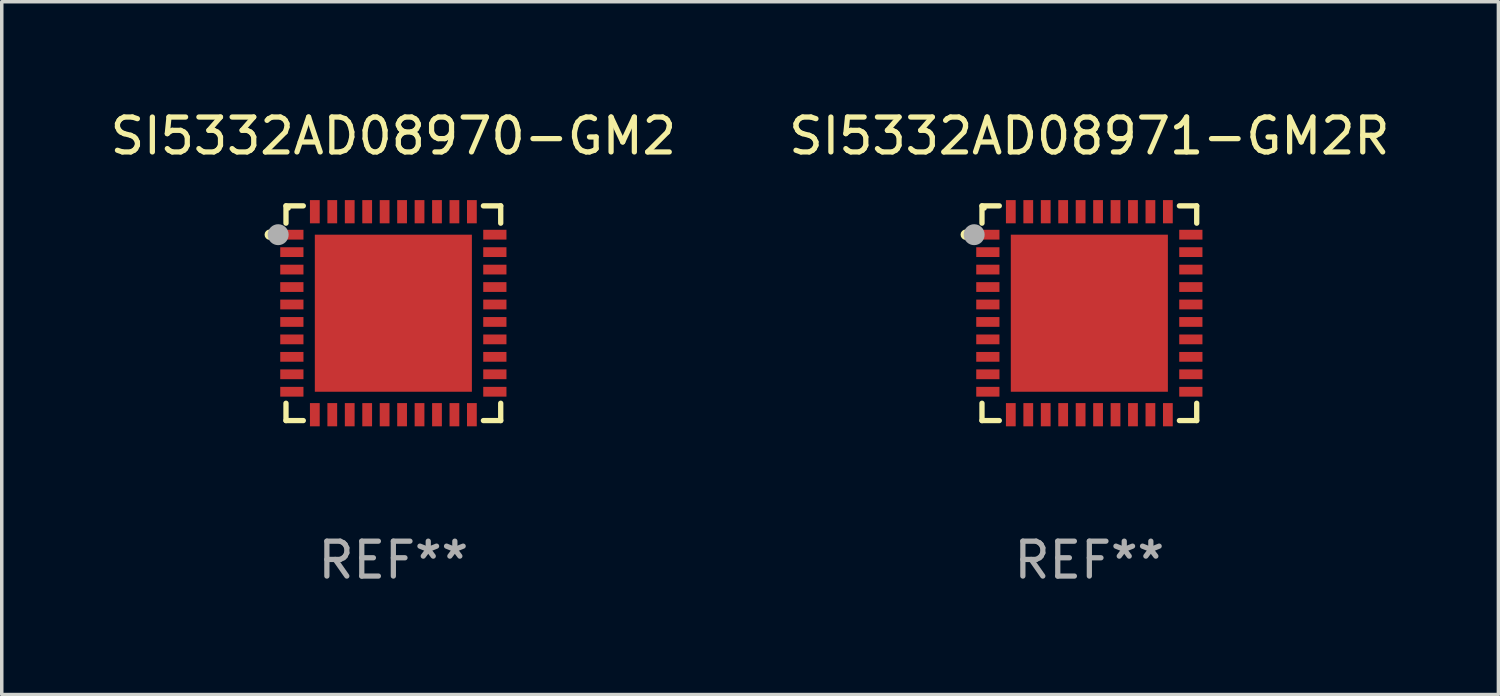
<source format=kicad_pcb>
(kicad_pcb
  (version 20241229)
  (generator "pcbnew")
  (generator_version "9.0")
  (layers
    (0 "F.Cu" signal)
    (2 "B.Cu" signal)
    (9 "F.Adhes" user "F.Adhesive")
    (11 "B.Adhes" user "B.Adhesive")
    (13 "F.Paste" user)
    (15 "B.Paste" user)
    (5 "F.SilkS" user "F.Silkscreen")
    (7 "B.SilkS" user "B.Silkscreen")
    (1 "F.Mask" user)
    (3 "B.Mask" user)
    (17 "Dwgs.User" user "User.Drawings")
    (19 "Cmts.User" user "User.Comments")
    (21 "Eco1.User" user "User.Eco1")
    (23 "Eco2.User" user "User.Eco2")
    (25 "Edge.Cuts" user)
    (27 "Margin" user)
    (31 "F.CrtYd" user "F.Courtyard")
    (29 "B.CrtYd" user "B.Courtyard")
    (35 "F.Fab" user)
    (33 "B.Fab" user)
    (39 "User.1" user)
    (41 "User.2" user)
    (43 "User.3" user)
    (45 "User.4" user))
  (footprint "SI5332AD08971-GM2R"
    (layer "F.Cu")
    (at 28.161 5.924)
    (property "Reference" "SI5332AD08971-GM2R" (at 0 -5.076 0) (layer "F.SilkS") (effects (font (size 1 1) (thickness 0.15))))
    (attr through_hole)
    (fp_line (start -3.076 -3.076) (end -3.076 -2.58) (stroke (width 0.152) (type solid)) (layer "F.SilkS"))
    (fp_line (start -3.076 3.076) (end -3.076 2.58) (stroke (width 0.152) (type solid)) (layer "F.SilkS"))
    (fp_line (start -2.58 -3.076) (end -3.076 -3.076) (stroke (width 0.152) (type solid)) (layer "F.SilkS"))
    (fp_line (start -2.58 3.076) (end -3.076 3.076) (stroke (width 0.152) (type solid)) (layer "F.SilkS"))
    (fp_line (start 2.58 -3.076) (end 3.076 -3.076) (stroke (width 0.152) (type solid)) (layer "F.SilkS"))
    (fp_line (start 2.58 3.076) (end 3.076 3.076) (stroke (width 0.152) (type solid)) (layer "F.SilkS"))
    (fp_line (start 3.076 -3.076) (end 3.076 -2.58) (stroke (width 0.152) (type solid)) (layer "F.SilkS"))
    (fp_line (start 3.076 3.076) (end 3.076 2.58) (stroke (width 0.152) (type solid)) (layer "F.SilkS"))
    (fp_circle (center -3.54 -2.25) (end -3.465 -2.25) (stroke (width 0.15) (type solid)) (fill no) (layer "F.SilkS"))
    (fp_circle (center -3 -3) (end -2.97 -3) (stroke (width 0.06) (type solid)) (fill no) (layer "F.SilkS"))
    (fp_circle (center -3.3 -2.25) (end -3.15 -2.25) (stroke (width 0.3) (type solid)) (fill no) (layer "F.Fab"))
    (fp_text user "REF**" (at 0 7.076 0) (layer "F.Fab") (effects (font (size 1 1) (thickness 0.15))))
    (pad "1" smd rect (at -2.908 -2.25) (size 0.665 0.28) (layers "F.Cu" "F.Mask" "F.Paste"))
    (pad "2" smd rect (at -2.908 -1.75) (size 0.665 0.28) (layers "F.Cu" "F.Mask" "F.Paste"))
    (pad "3" smd rect (at -2.908 -1.25) (size 0.665 0.28) (layers "F.Cu" "F.Mask" "F.Paste"))
    (pad "4" smd rect (at -2.908 -0.75) (size 0.665 0.28) (layers "F.Cu" "F.Mask" "F.Paste"))
    (pad "5" smd rect (at -2.908 -0.25) (size 0.665 0.28) (layers "F.Cu" "F.Mask" "F.Paste"))
    (pad "6" smd rect (at -2.908 0.25) (size 0.665 0.28) (layers "F.Cu" "F.Mask" "F.Paste"))
    (pad "7" smd rect (at -2.908 0.75) (size 0.665 0.28) (layers "F.Cu" "F.Mask" "F.Paste"))
    (pad "8" smd rect (at -2.908 1.25) (size 0.665 0.28) (layers "F.Cu" "F.Mask" "F.Paste"))
    (pad "9" smd rect (at -2.908 1.75) (size 0.665 0.28) (layers "F.Cu" "F.Mask" "F.Paste"))
    (pad "10" smd rect (at -2.908 2.25) (size 0.665 0.28) (layers "F.Cu" "F.Mask" "F.Paste"))
    (pad "11" smd rect (at -2.25 2.908) (size 0.28 0.665) (layers "F.Cu" "F.Mask" "F.Paste"))
    (pad "12" smd rect (at -1.75 2.908) (size 0.28 0.665) (layers "F.Cu" "F.Mask" "F.Paste"))
    (pad "13" smd rect (at -1.25 2.908) (size 0.28 0.665) (layers "F.Cu" "F.Mask" "F.Paste"))
    (pad "14" smd rect (at -0.75 2.908) (size 0.28 0.665) (layers "F.Cu" "F.Mask" "F.Paste"))
    (pad "15" smd rect (at -0.25 2.908) (size 0.28 0.665) (layers "F.Cu" "F.Mask" "F.Paste"))
    (pad "16" smd rect (at 0.25 2.908) (size 0.28 0.665) (layers "F.Cu" "F.Mask" "F.Paste"))
    (pad "17" smd rect (at 0.75 2.908) (size 0.28 0.665) (layers "F.Cu" "F.Mask" "F.Paste"))
    (pad "18" smd rect (at 1.25 2.908) (size 0.28 0.665) (layers "F.Cu" "F.Mask" "F.Paste"))
    (pad "19" smd rect (at 1.75 2.908) (size 0.28 0.665) (layers "F.Cu" "F.Mask" "F.Paste"))
    (pad "20" smd rect (at 2.25 2.908) (size 0.28 0.665) (layers "F.Cu" "F.Mask" "F.Paste"))
    (pad "21" smd rect (at 2.908 2.25) (size 0.665 0.28) (layers "F.Cu" "F.Mask" "F.Paste"))
    (pad "22" smd rect (at 2.908 1.75) (size 0.665 0.28) (layers "F.Cu" "F.Mask" "F.Paste"))
    (pad "23" smd rect (at 2.908 1.25) (size 0.665 0.28) (layers "F.Cu" "F.Mask" "F.Paste"))
    (pad "24" smd rect (at 2.908 0.75) (size 0.665 0.28) (layers "F.Cu" "F.Mask" "F.Paste"))
    (pad "25" smd rect (at 2.908 0.25) (size 0.665 0.28) (layers "F.Cu" "F.Mask" "F.Paste"))
    (pad "26" smd rect (at 2.908 -0.25) (size 0.665 0.28) (layers "F.Cu" "F.Mask" "F.Paste"))
    (pad "27" smd rect (at 2.908 -0.75) (size 0.665 0.28) (layers "F.Cu" "F.Mask" "F.Paste"))
    (pad "28" smd rect (at 2.908 -1.25) (size 0.665 0.28) (layers "F.Cu" "F.Mask" "F.Paste"))
    (pad "29" smd rect (at 2.908 -1.75) (size 0.665 0.28) (layers "F.Cu" "F.Mask" "F.Paste"))
    (pad "30" smd rect (at 2.908 -2.25) (size 0.665 0.28) (layers "F.Cu" "F.Mask" "F.Paste"))
    (pad "31" smd rect (at 2.25 -2.908) (size 0.28 0.665) (layers "F.Cu" "F.Mask" "F.Paste"))
    (pad "32" smd rect (at 1.75 -2.908) (size 0.28 0.665) (layers "F.Cu" "F.Mask" "F.Paste"))
    (pad "33" smd rect (at 1.25 -2.908) (size 0.28 0.665) (layers "F.Cu" "F.Mask" "F.Paste"))
    (pad "34" smd rect (at 0.75 -2.908) (size 0.28 0.665) (layers "F.Cu" "F.Mask" "F.Paste"))
    (pad "35" smd rect (at 0.25 -2.908) (size 0.28 0.665) (layers "F.Cu" "F.Mask" "F.Paste"))
    (pad "36" smd rect (at -0.25 -2.908) (size 0.28 0.665) (layers "F.Cu" "F.Mask" "F.Paste"))
    (pad "37" smd rect (at -0.75 -2.908) (size 0.28 0.665) (layers "F.Cu" "F.Mask" "F.Paste"))
    (pad "38" smd rect (at -1.25 -2.908) (size 0.28 0.665) (layers "F.Cu" "F.Mask" "F.Paste"))
    (pad "39" smd rect (at -1.75 -2.908) (size 0.28 0.665) (layers "F.Cu" "F.Mask" "F.Paste"))
    (pad "40" smd rect (at -2.25 -2.908) (size 0.28 0.665) (layers "F.Cu" "F.Mask" "F.Paste"))
    (pad "41" smd rect (at 0 0) (size 4.5 4.5) (layers "F.Cu" "F.Mask" "F.Paste")))
  (footprint "SI5332AD08970-GM2"
    (layer "F.Cu")
    (at 8.22 5.924)
    (property "Reference" "SI5332AD08970-GM2" (at 0 -5.076 0) (layer "F.SilkS") (effects (font (size 1 1) (thickness 0.15))))
    (attr through_hole)
    (fp_line (start -3.076 -3.076) (end -3.076 -2.58) (stroke (width 0.152) (type solid)) (layer "F.SilkS"))
    (fp_line (start -3.076 3.076) (end -3.076 2.58) (stroke (width 0.152) (type solid)) (layer "F.SilkS"))
    (fp_line (start -2.58 -3.076) (end -3.076 -3.076) (stroke (width 0.152) (type solid)) (layer "F.SilkS"))
    (fp_line (start -2.58 3.076) (end -3.076 3.076) (stroke (width 0.152) (type solid)) (layer "F.SilkS"))
    (fp_line (start 2.58 -3.076) (end 3.076 -3.076) (stroke (width 0.152) (type solid)) (layer "F.SilkS"))
    (fp_line (start 2.58 3.076) (end 3.076 3.076) (stroke (width 0.152) (type solid)) (layer "F.SilkS"))
    (fp_line (start 3.076 -3.076) (end 3.076 -2.58) (stroke (width 0.152) (type solid)) (layer "F.SilkS"))
    (fp_line (start 3.076 3.076) (end 3.076 2.58) (stroke (width 0.152) (type solid)) (layer "F.SilkS"))
    (fp_circle (center -3.54 -2.25) (end -3.465 -2.25) (stroke (width 0.15) (type solid)) (fill no) (layer "F.SilkS"))
    (fp_circle (center -3 -3) (end -2.97 -3) (stroke (width 0.06) (type solid)) (fill no) (layer "F.SilkS"))
    (fp_circle (center -3.3 -2.25) (end -3.15 -2.25) (stroke (width 0.3) (type solid)) (fill no) (layer "F.Fab"))
    (fp_text user "REF**" (at 0 7.076 0) (layer "F.Fab") (effects (font (size 1 1) (thickness 0.15))))
    (pad "1" smd rect (at -2.908 -2.25) (size 0.665 0.28) (layers "F.Cu" "F.Mask" "F.Paste"))
    (pad "2" smd rect (at -2.908 -1.75) (size 0.665 0.28) (layers "F.Cu" "F.Mask" "F.Paste"))
    (pad "3" smd rect (at -2.908 -1.25) (size 0.665 0.28) (layers "F.Cu" "F.Mask" "F.Paste"))
    (pad "4" smd rect (at -2.908 -0.75) (size 0.665 0.28) (layers "F.Cu" "F.Mask" "F.Paste"))
    (pad "5" smd rect (at -2.908 -0.25) (size 0.665 0.28) (layers "F.Cu" "F.Mask" "F.Paste"))
    (pad "6" smd rect (at -2.908 0.25) (size 0.665 0.28) (layers "F.Cu" "F.Mask" "F.Paste"))
    (pad "7" smd rect (at -2.908 0.75) (size 0.665 0.28) (layers "F.Cu" "F.Mask" "F.Paste"))
    (pad "8" smd rect (at -2.908 1.25) (size 0.665 0.28) (layers "F.Cu" "F.Mask" "F.Paste"))
    (pad "9" smd rect (at -2.908 1.75) (size 0.665 0.28) (layers "F.Cu" "F.Mask" "F.Paste"))
    (pad "10" smd rect (at -2.908 2.25) (size 0.665 0.28) (layers "F.Cu" "F.Mask" "F.Paste"))
    (pad "11" smd rect (at -2.25 2.908) (size 0.28 0.665) (layers "F.Cu" "F.Mask" "F.Paste"))
    (pad "12" smd rect (at -1.75 2.908) (size 0.28 0.665) (layers "F.Cu" "F.Mask" "F.Paste"))
    (pad "13" smd rect (at -1.25 2.908) (size 0.28 0.665) (layers "F.Cu" "F.Mask" "F.Paste"))
    (pad "14" smd rect (at -0.75 2.908) (size 0.28 0.665) (layers "F.Cu" "F.Mask" "F.Paste"))
    (pad "15" smd rect (at -0.25 2.908) (size 0.28 0.665) (layers "F.Cu" "F.Mask" "F.Paste"))
    (pad "16" smd rect (at 0.25 2.908) (size 0.28 0.665) (layers "F.Cu" "F.Mask" "F.Paste"))
    (pad "17" smd rect (at 0.75 2.908) (size 0.28 0.665) (layers "F.Cu" "F.Mask" "F.Paste"))
    (pad "18" smd rect (at 1.25 2.908) (size 0.28 0.665) (layers "F.Cu" "F.Mask" "F.Paste"))
    (pad "19" smd rect (at 1.75 2.908) (size 0.28 0.665) (layers "F.Cu" "F.Mask" "F.Paste"))
    (pad "20" smd rect (at 2.25 2.908) (size 0.28 0.665) (layers "F.Cu" "F.Mask" "F.Paste"))
    (pad "21" smd rect (at 2.908 2.25) (size 0.665 0.28) (layers "F.Cu" "F.Mask" "F.Paste"))
    (pad "22" smd rect (at 2.908 1.75) (size 0.665 0.28) (layers "F.Cu" "F.Mask" "F.Paste"))
    (pad "23" smd rect (at 2.908 1.25) (size 0.665 0.28) (layers "F.Cu" "F.Mask" "F.Paste"))
    (pad "24" smd rect (at 2.908 0.75) (size 0.665 0.28) (layers "F.Cu" "F.Mask" "F.Paste"))
    (pad "25" smd rect (at 2.908 0.25) (size 0.665 0.28) (layers "F.Cu" "F.Mask" "F.Paste"))
    (pad "26" smd rect (at 2.908 -0.25) (size 0.665 0.28) (layers "F.Cu" "F.Mask" "F.Paste"))
    (pad "27" smd rect (at 2.908 -0.75) (size 0.665 0.28) (layers "F.Cu" "F.Mask" "F.Paste"))
    (pad "28" smd rect (at 2.908 -1.25) (size 0.665 0.28) (layers "F.Cu" "F.Mask" "F.Paste"))
    (pad "29" smd rect (at 2.908 -1.75) (size 0.665 0.28) (layers "F.Cu" "F.Mask" "F.Paste"))
    (pad "30" smd rect (at 2.908 -2.25) (size 0.665 0.28) (layers "F.Cu" "F.Mask" "F.Paste"))
    (pad "31" smd rect (at 2.25 -2.908) (size 0.28 0.665) (layers "F.Cu" "F.Mask" "F.Paste"))
    (pad "32" smd rect (at 1.75 -2.908) (size 0.28 0.665) (layers "F.Cu" "F.Mask" "F.Paste"))
    (pad "33" smd rect (at 1.25 -2.908) (size 0.28 0.665) (layers "F.Cu" "F.Mask" "F.Paste"))
    (pad "34" smd rect (at 0.75 -2.908) (size 0.28 0.665) (layers "F.Cu" "F.Mask" "F.Paste"))
    (pad "35" smd rect (at 0.25 -2.908) (size 0.28 0.665) (layers "F.Cu" "F.Mask" "F.Paste"))
    (pad "36" smd rect (at -0.25 -2.908) (size 0.28 0.665) (layers "F.Cu" "F.Mask" "F.Paste"))
    (pad "37" smd rect (at -0.75 -2.908) (size 0.28 0.665) (layers "F.Cu" "F.Mask" "F.Paste"))
    (pad "38" smd rect (at -1.25 -2.908) (size 0.28 0.665) (layers "F.Cu" "F.Mask" "F.Paste"))
    (pad "39" smd rect (at -1.75 -2.908) (size 0.28 0.665) (layers "F.Cu" "F.Mask" "F.Paste"))
    (pad "40" smd rect (at -2.25 -2.908) (size 0.28 0.665) (layers "F.Cu" "F.Mask" "F.Paste"))
    (pad "41" smd rect (at 0 0) (size 4.5 4.5) (layers "F.Cu" "F.Mask" "F.Paste")))
  (gr_rect
    (start -3 -3)
    (end 39.881 16.849)
    (stroke (width 0.1) (type default))
    (fill no)
    (layer "Edge.Cuts")))
</source>
